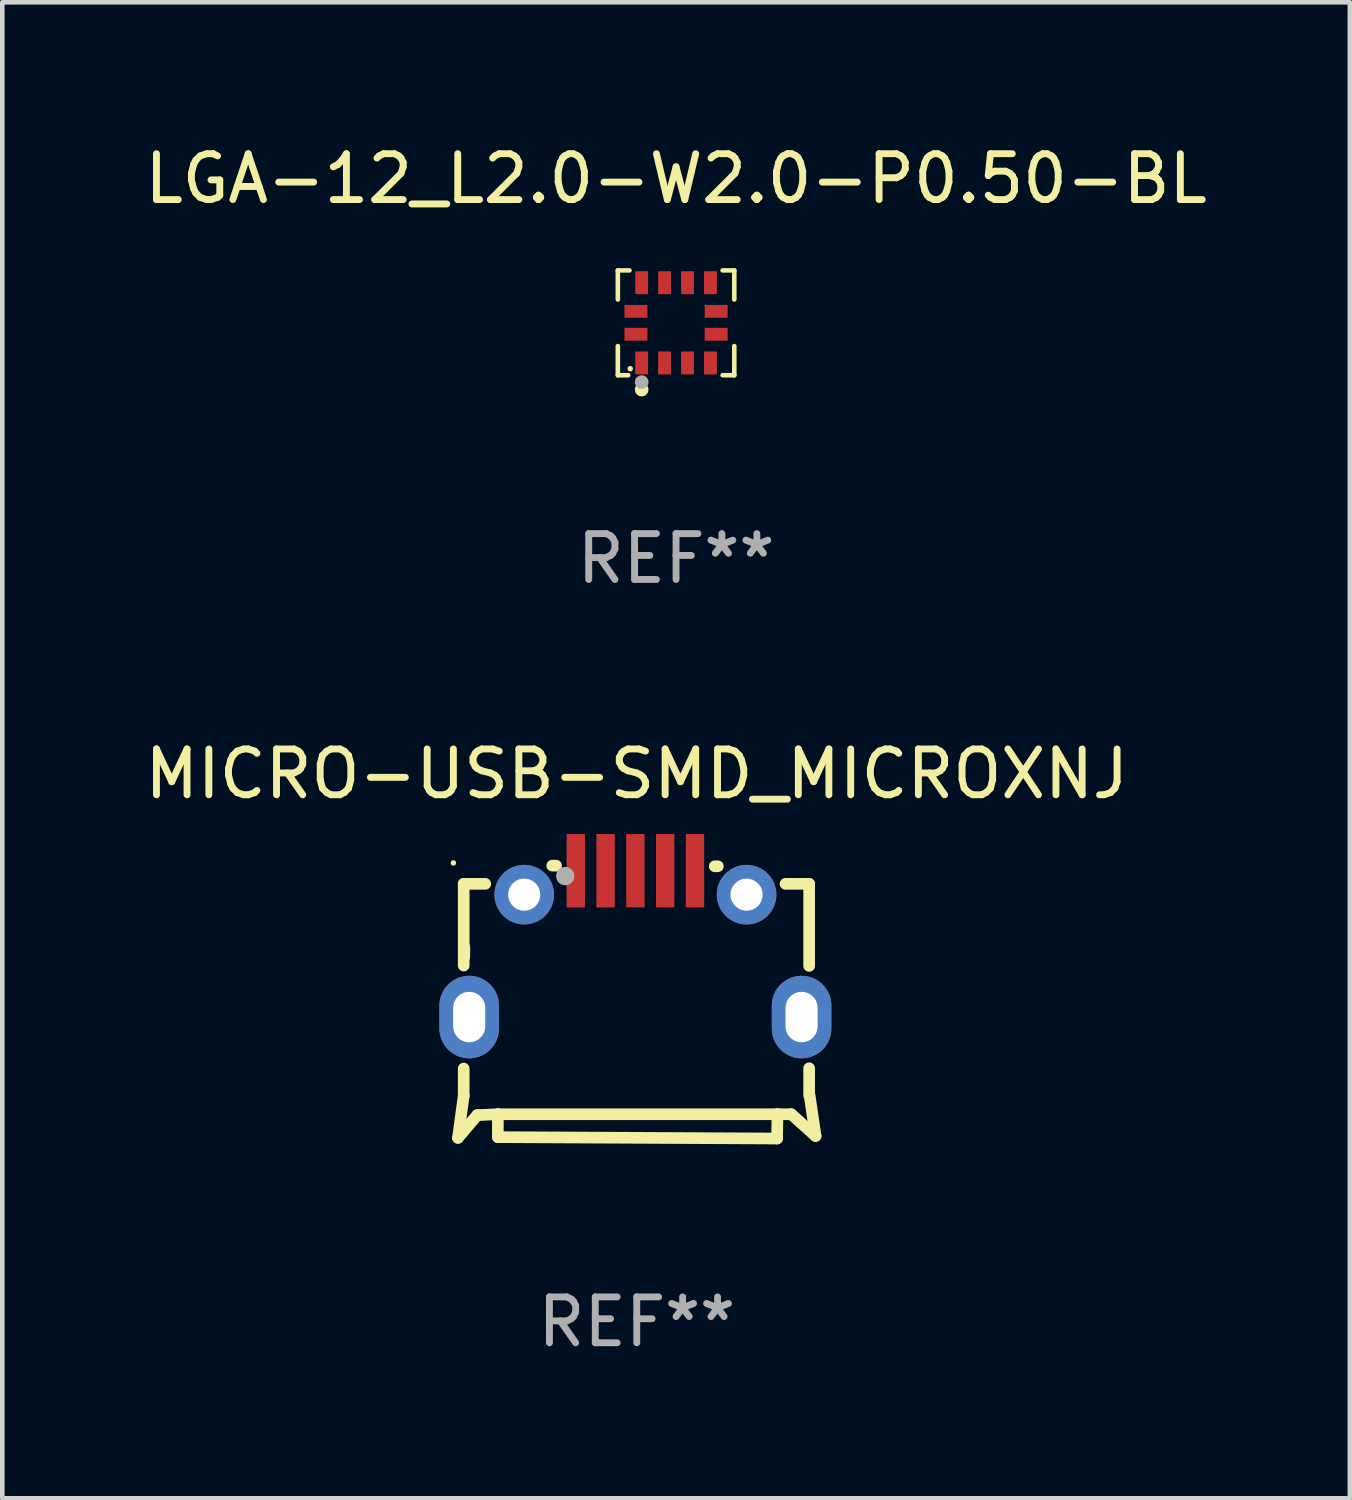
<source format=kicad_pcb>
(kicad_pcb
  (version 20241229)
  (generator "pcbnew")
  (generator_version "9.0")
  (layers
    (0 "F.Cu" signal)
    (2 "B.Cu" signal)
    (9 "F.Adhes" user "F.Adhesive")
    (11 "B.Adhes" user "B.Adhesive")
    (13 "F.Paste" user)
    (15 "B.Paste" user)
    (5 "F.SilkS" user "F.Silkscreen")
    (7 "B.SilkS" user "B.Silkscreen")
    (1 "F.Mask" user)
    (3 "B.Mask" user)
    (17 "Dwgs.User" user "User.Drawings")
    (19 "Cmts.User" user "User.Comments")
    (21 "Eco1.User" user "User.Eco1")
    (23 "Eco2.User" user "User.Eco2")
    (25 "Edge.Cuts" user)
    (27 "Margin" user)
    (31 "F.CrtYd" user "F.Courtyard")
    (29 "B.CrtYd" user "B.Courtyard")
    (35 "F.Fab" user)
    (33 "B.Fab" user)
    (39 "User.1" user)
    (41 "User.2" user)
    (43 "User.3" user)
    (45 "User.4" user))
  (footprint "MICRO-USB-SMD_MICROXNJ"
    (layer "F.Cu")
    (at 10.809 17.538)
    (property "Reference" "MICRO-USB-SMD_MICROXNJ" (at 0.03 -3.707 0) (layer "F.SilkS") (effects (font (size 1 1) (thickness 0.15))))
    (attr through_hole)
    (fp_line (start -3.87 4.23) (end -3.745 3.315) (stroke (width 0.254) (type solid)) (layer "F.SilkS"))
    (fp_line (start -3.745 -1.31) (end -3.274 -1.31) (stroke (width 0.254) (type solid)) (layer "F.SilkS"))
    (fp_line (start -3.745 0.473) (end -3.745 -1.31) (stroke (width 0.254) (type solid)) (layer "F.SilkS"))
    (fp_line (start -3.745 3.315) (end -3.745 2.719) (stroke (width 0.254) (type solid)) (layer "F.SilkS"))
    (fp_line (start -3.735 0.276) (end -3.731 0.068) (stroke (width 0.254) (type solid)) (layer "F.SilkS"))
    (fp_line (start -3.733 0.275) (end -3.732 0.101) (stroke (width 0.254) (type solid)) (layer "F.SilkS"))
    (fp_line (start -3.45 3.735) (end -3.87 4.23) (stroke (width 0.254) (type solid)) (layer "F.SilkS"))
    (fp_line (start -3 3.715) (end -3.45 3.735) (stroke (width 0.254) (type solid)) (layer "F.SilkS"))
    (fp_line (start -3 3.715) (end -3 4.215) (stroke (width 0.254) (type solid)) (layer "F.SilkS"))
    (fp_line (start -3 3.715) (end 3.1 3.715) (stroke (width 0.254) (type solid)) (layer "F.SilkS"))
    (fp_line (start -3 4.215) (end 3.09 4.245) (stroke (width 0.254) (type solid)) (layer "F.SilkS"))
    (fp_line (start -1.814 -1.707) (end -1.731 -1.707) (stroke (width 0.254) (type solid)) (layer "F.SilkS"))
    (fp_line (start 1.731 -1.693) (end 1.799 -1.693) (stroke (width 0.254) (type solid)) (layer "F.SilkS"))
    (fp_line (start 3.09 4.245) (end 3.1 3.715) (stroke (width 0.254) (type solid)) (layer "F.SilkS"))
    (fp_line (start 3.1 3.715) (end 3.4 3.715) (stroke (width 0.254) (type solid)) (layer "F.SilkS"))
    (fp_line (start 3.274 -1.31) (end 3.79 -1.31) (stroke (width 0.254) (type solid)) (layer "F.SilkS"))
    (fp_line (start 3.4 3.715) (end 3.93 4.19) (stroke (width 0.254) (type solid)) (layer "F.SilkS"))
    (fp_line (start 3.79 -1.31) (end 3.79 0.481) (stroke (width 0.254) (type solid)) (layer "F.SilkS"))
    (fp_line (start 3.79 2.712) (end 3.79 3.304) (stroke (width 0.254) (type solid)) (layer "F.SilkS"))
    (fp_line (start 3.93 4.19) (end 3.8 3.304) (stroke (width 0.254) (type solid)) (layer "F.SilkS"))
    (fp_circle (center -3.97 -1.766) (end -3.94 -1.766) (stroke (width 0.06) (type solid)) (fill no) (layer "F.SilkS"))
    (fp_circle (center -1.53 -1.479) (end -1.43 -1.479) (stroke (width 0.2) (type solid)) (fill no) (layer "F.Fab"))
    (fp_text user "REF**" (at 0.03 8.245 0) (layer "F.Fab") (effects (font (size 1 1) (thickness 0.15))))
    (pad "1" smd rect (at -1.3 -1.596 270) (size 1.6 0.4) (layers "F.Cu" "F.Mask" "F.Paste"))
    (pad "2" smd rect (at -0.65 -1.596 270) (size 1.6 0.4) (layers "F.Cu" "F.Mask" "F.Paste"))
    (pad "3" smd rect (at 0 -1.596 270) (size 1.6 0.4) (layers "F.Cu" "F.Mask" "F.Paste"))
    (pad "4" smd rect (at 0.65 -1.596 270) (size 1.6 0.4) (layers "F.Cu" "F.Mask" "F.Paste"))
    (pad "5" smd rect (at 1.3 -1.596 270) (size 1.6 0.4) (layers "F.Cu" "F.Mask" "F.Paste"))
    (pad "6" thru_hole circle (at 2.425 -1.074) (size 1.3 1.3) (drill 0.7) (layers "*.Cu" "*.Mask"))
    (pad "7" thru_hole oval (at 3.625 1.596) (size 1.3 1.8) (drill oval 0.7 1.1) (layers "*.Cu" "*.Mask"))
    (pad "8" thru_hole oval (at -3.625 1.596) (size 1.3 1.8) (drill oval 0.7 1.1) (layers "*.Cu" "*.Mask"))
    (pad "9" thru_hole circle (at -2.425 -1.074) (size 1.3 1.3) (drill 0.7) (layers "*.Cu" "*.Mask")))
  (footprint "LGA-12_L2.0-W2.0-P0.50-BL"
    (layer "F.Cu")
    (at 11.696 3.991)
    (property "Reference" "LGA-12_L2.0-W2.0-P0.50-BL" (at 0 -3.143 0) (layer "F.SilkS") (effects (font (size 1 1) (thickness 0.15))))
    (attr smd)
    (fp_line (start -1.27 -1.143) (end -1.27 -0.508) (stroke (width 0.1) (type solid)) (layer "F.SilkS"))
    (fp_line (start -1.27 0.508) (end -1.27 1.143) (stroke (width 0.1) (type solid)) (layer "F.SilkS"))
    (fp_line (start -1.27 1.143) (end -1.044 1.143) (stroke (width 0.1) (type solid)) (layer "F.SilkS"))
    (fp_line (start -1.016 -1.143) (end -1.27 -1.143) (stroke (width 0.1) (type solid)) (layer "F.SilkS"))
    (fp_line (start 1.016 -1.143) (end 1.27 -1.143) (stroke (width 0.1) (type solid)) (layer "F.SilkS"))
    (fp_line (start 1.27 -1.143) (end 1.27 -0.508) (stroke (width 0.1) (type solid)) (layer "F.SilkS"))
    (fp_line (start 1.27 0.508) (end 1.27 1.143) (stroke (width 0.1) (type solid)) (layer "F.SilkS"))
    (fp_line (start 1.27 1.143) (end 1.016 1.143) (stroke (width 0.1) (type solid)) (layer "F.SilkS"))
    (fp_circle (center -1 1) (end -0.97 1) (stroke (width 0.06) (type solid)) (fill no) (layer "F.SilkS"))
    (fp_circle (center -0.75 1.457) (end -0.675 1.457) (stroke (width 0.15) (type solid)) (fill no) (layer "F.SilkS"))
    (fp_circle (center -0.75 1.293) (end -0.675 1.293) (stroke (width 0.15) (type solid)) (fill no) (layer "F.Fab"))
    (fp_text user "REF**" (at 0 5.143 0) (layer "F.Fab") (effects (font (size 1 1) (thickness 0.15))))
    (pad "1" smd rect (at -0.75 0.875) (size 0.28 0.5) (layers "F.Cu" "F.Mask" "F.Paste"))
    (pad "2" smd rect (at -0.25 0.875) (size 0.28 0.5) (layers "F.Cu" "F.Mask" "F.Paste"))
    (pad "3" smd rect (at 0.25 0.875) (size 0.28 0.5) (layers "F.Cu" "F.Mask" "F.Paste"))
    (pad "4" smd rect (at 0.75 0.875) (size 0.28 0.5) (layers "F.Cu" "F.Mask" "F.Paste"))
    (pad "5" smd rect (at 0.875 0.25) (size 0.5 0.28) (layers "F.Cu" "F.Mask" "F.Paste"))
    (pad "6" smd rect (at 0.875 -0.25) (size 0.5 0.28) (layers "F.Cu" "F.Mask" "F.Paste"))
    (pad "7" smd rect (at 0.75 -0.875) (size 0.28 0.5) (layers "F.Cu" "F.Mask" "F.Paste"))
    (pad "8" smd rect (at 0.25 -0.875) (size 0.28 0.5) (layers "F.Cu" "F.Mask" "F.Paste"))
    (pad "9" smd rect (at -0.25 -0.875) (size 0.28 0.5) (layers "F.Cu" "F.Mask" "F.Paste"))
    (pad "10" smd rect (at -0.75 -0.875) (size 0.28 0.5) (layers "F.Cu" "F.Mask" "F.Paste"))
    (pad "11" smd rect (at -0.875 -0.25) (size 0.5 0.28) (layers "F.Cu" "F.Mask" "F.Paste"))
    (pad "12" smd rect (at -0.875 0.25) (size 0.5 0.28) (layers "F.Cu" "F.Mask" "F.Paste")))
  (gr_rect
    (start -3 -3)
    (end 26.393 29.631)
    (stroke (width 0.1) (type default))
    (fill no)
    (layer "Edge.Cuts")))
</source>
